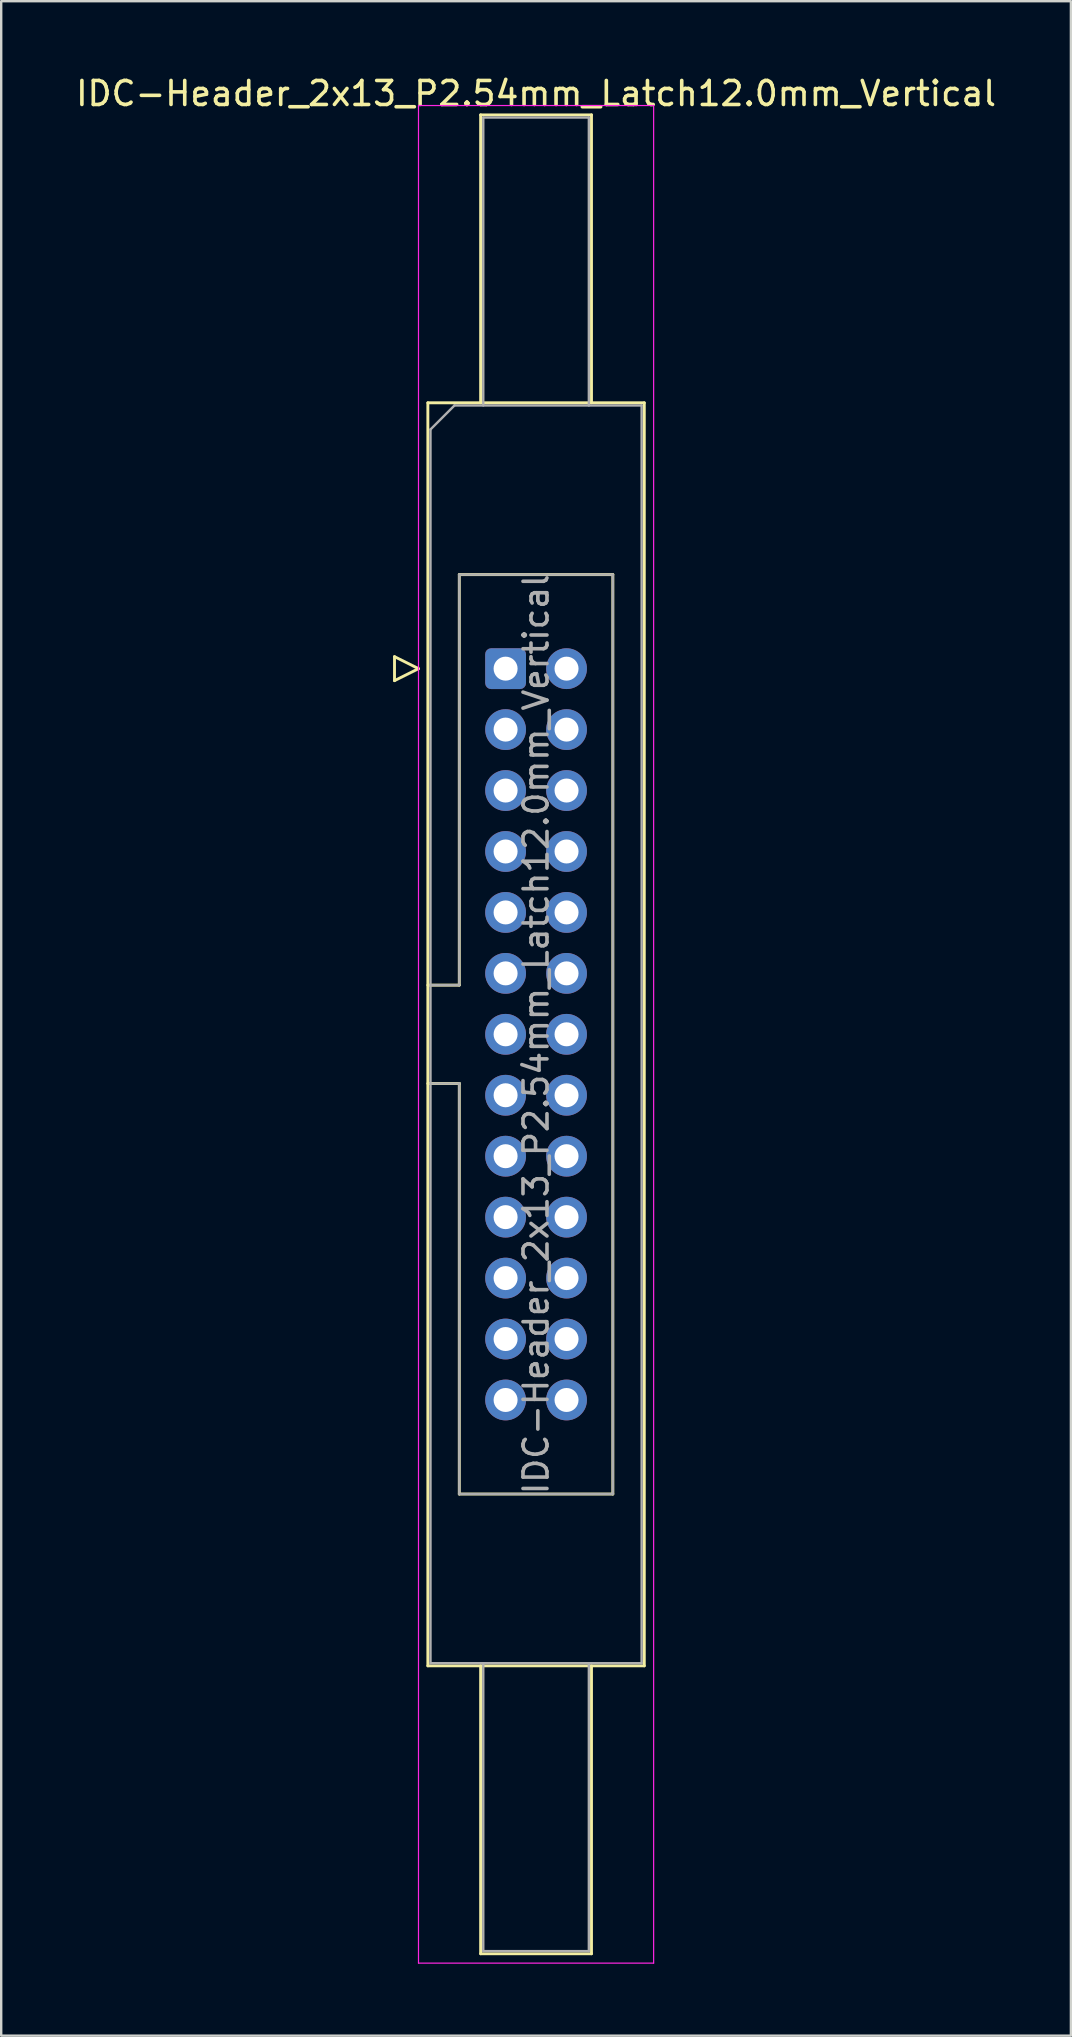
<source format=kicad_pcb>
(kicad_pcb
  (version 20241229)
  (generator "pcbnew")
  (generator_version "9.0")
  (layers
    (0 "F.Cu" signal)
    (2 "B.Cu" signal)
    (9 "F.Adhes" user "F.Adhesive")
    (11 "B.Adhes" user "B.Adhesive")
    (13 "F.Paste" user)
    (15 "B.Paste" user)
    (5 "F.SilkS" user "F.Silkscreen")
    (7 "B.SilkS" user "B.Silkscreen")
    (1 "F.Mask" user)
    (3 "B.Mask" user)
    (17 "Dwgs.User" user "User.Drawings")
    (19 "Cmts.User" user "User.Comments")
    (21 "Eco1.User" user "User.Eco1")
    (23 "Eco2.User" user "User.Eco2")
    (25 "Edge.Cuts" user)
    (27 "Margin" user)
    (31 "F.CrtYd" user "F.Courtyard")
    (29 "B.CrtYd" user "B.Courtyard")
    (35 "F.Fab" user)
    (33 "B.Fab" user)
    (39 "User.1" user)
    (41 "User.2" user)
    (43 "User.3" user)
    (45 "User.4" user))
  (footprint "IDC-Header_2x13_P2.54mm_Latch12.0mm_Vertical"
    (layer "F.Cu")
    (at 18.022 24.818)
    (property "Reference" "IDC-Header_2x13_P2.54mm_Latch12.0mm_Vertical" (at 1.27 -23.97 0) (layer "F.SilkS") (effects (font (size 1 1) (thickness 0.15))))
    (attr through_hole)
    (fp_line (start -4.63 -0.5) (end -4.63 0.5) (stroke (width 0.12) (type solid)) (layer "F.SilkS"))
    (fp_line (start -4.63 0.5) (end -3.63 0) (stroke (width 0.12) (type solid)) (layer "F.SilkS"))
    (fp_line (start -3.63 0) (end -4.63 -0.5) (stroke (width 0.12) (type solid)) (layer "F.SilkS"))
    (fp_line (start -3.24 -11.08) (end 5.78 -11.08) (stroke (width 0.12) (type solid)) (layer "F.SilkS"))
    (fp_line (start -3.24 13.19) (end -1.93 13.19) (stroke (width 0.12) (type solid)) (layer "F.SilkS"))
    (fp_line (start -3.24 41.56) (end -3.24 -11.08) (stroke (width 0.12) (type solid)) (layer "F.SilkS"))
    (fp_line (start -1.93 -3.92) (end 4.47 -3.92) (stroke (width 0.12) (type solid)) (layer "F.SilkS"))
    (fp_line (start -1.93 13.19) (end -1.93 -3.92) (stroke (width 0.12) (type solid)) (layer "F.SilkS"))
    (fp_line (start -1.93 17.29) (end -3.24 17.29) (stroke (width 0.12) (type solid)) (layer "F.SilkS"))
    (fp_line (start -1.93 17.29) (end -1.93 17.29) (stroke (width 0.12) (type solid)) (layer "F.SilkS"))
    (fp_line (start -1.93 34.4) (end -1.93 17.29) (stroke (width 0.12) (type solid)) (layer "F.SilkS"))
    (fp_line (start -1.04 -23.08) (end 3.58 -23.08) (stroke (width 0.12) (type solid)) (layer "F.SilkS"))
    (fp_line (start -1.04 -11.08) (end -1.04 -23.08) (stroke (width 0.12) (type solid)) (layer "F.SilkS"))
    (fp_line (start -1.04 41.56) (end -1.04 53.56) (stroke (width 0.12) (type solid)) (layer "F.SilkS"))
    (fp_line (start -1.04 53.56) (end 3.58 53.56) (stroke (width 0.12) (type solid)) (layer "F.SilkS"))
    (fp_line (start 3.58 -23.08) (end 3.58 -11.08) (stroke (width 0.12) (type solid)) (layer "F.SilkS"))
    (fp_line (start 3.58 53.56) (end 3.58 41.56) (stroke (width 0.12) (type solid)) (layer "F.SilkS"))
    (fp_line (start 4.47 -3.92) (end 4.47 34.4) (stroke (width 0.12) (type solid)) (layer "F.SilkS"))
    (fp_line (start 4.47 34.4) (end -1.93 34.4) (stroke (width 0.12) (type solid)) (layer "F.SilkS"))
    (fp_line (start 5.78 -11.08) (end 5.78 41.56) (stroke (width 0.12) (type solid)) (layer "F.SilkS"))
    (fp_line (start 5.78 41.56) (end -3.24 41.56) (stroke (width 0.12) (type solid)) (layer "F.SilkS"))
    (fp_line (start -3.63 -23.47) (end -3.63 53.95) (stroke (width 0.05) (type solid)) (layer "F.CrtYd"))
    (fp_line (start -3.63 53.95) (end 6.17 53.95) (stroke (width 0.05) (type solid)) (layer "F.CrtYd"))
    (fp_line (start 6.17 -23.47) (end -3.63 -23.47) (stroke (width 0.05) (type solid)) (layer "F.CrtYd"))
    (fp_line (start 6.17 53.95) (end 6.17 -23.47) (stroke (width 0.05) (type solid)) (layer "F.CrtYd"))
    (fp_line (start -3.13 -9.97) (end -2.13 -10.97) (stroke (width 0.1) (type solid)) (layer "F.Fab"))
    (fp_line (start -3.13 13.19) (end -1.93 13.19) (stroke (width 0.1) (type solid)) (layer "F.Fab"))
    (fp_line (start -3.13 41.45) (end -3.13 -9.97) (stroke (width 0.1) (type solid)) (layer "F.Fab"))
    (fp_line (start -2.13 -10.97) (end 5.67 -10.97) (stroke (width 0.1) (type solid)) (layer "F.Fab"))
    (fp_line (start -1.93 -3.92) (end 4.47 -3.92) (stroke (width 0.1) (type solid)) (layer "F.Fab"))
    (fp_line (start -1.93 13.19) (end -1.93 -3.92) (stroke (width 0.1) (type solid)) (layer "F.Fab"))
    (fp_line (start -1.93 17.29) (end -3.13 17.29) (stroke (width 0.1) (type solid)) (layer "F.Fab"))
    (fp_line (start -1.93 17.29) (end -1.93 17.29) (stroke (width 0.1) (type solid)) (layer "F.Fab"))
    (fp_line (start -1.93 34.4) (end -1.93 17.29) (stroke (width 0.1) (type solid)) (layer "F.Fab"))
    (fp_line (start -0.93 -22.97) (end 3.47 -22.97) (stroke (width 0.1) (type solid)) (layer "F.Fab"))
    (fp_line (start -0.93 -10.97) (end -0.93 -22.97) (stroke (width 0.1) (type solid)) (layer "F.Fab"))
    (fp_line (start -0.93 41.45) (end -0.93 53.45) (stroke (width 0.1) (type solid)) (layer "F.Fab"))
    (fp_line (start -0.93 53.45) (end 3.47 53.45) (stroke (width 0.1) (type solid)) (layer "F.Fab"))
    (fp_line (start 3.47 -22.97) (end 3.47 -10.97) (stroke (width 0.1) (type solid)) (layer "F.Fab"))
    (fp_line (start 3.47 53.45) (end 3.47 41.45) (stroke (width 0.1) (type solid)) (layer "F.Fab"))
    (fp_line (start 4.47 -3.92) (end 4.47 34.4) (stroke (width 0.1) (type solid)) (layer "F.Fab"))
    (fp_line (start 4.47 34.4) (end -1.93 34.4) (stroke (width 0.1) (type solid)) (layer "F.Fab"))
    (fp_line (start 5.67 -10.97) (end 5.67 41.45) (stroke (width 0.1) (type solid)) (layer "F.Fab"))
    (fp_line (start 5.67 41.45) (end -3.13 41.45) (stroke (width 0.1) (type solid)) (layer "F.Fab"))
    (fp_text user "${REFERENCE}" (at 1.27 15.24 90) (layer "F.Fab") (effects (font (size 1 1) (thickness 0.15))))
    (pad "1" thru_hole roundrect (at 0 0) (size 1.7 1.7) (drill 1) (layers "*.Cu" "*.Mask") (roundrect_rratio 0.147))
    (pad "2" thru_hole circle (at 2.54 0) (size 1.7 1.7) (drill 1) (layers "*.Cu" "*.Mask"))
    (pad "3" thru_hole circle (at 0 2.54) (size 1.7 1.7) (drill 1) (layers "*.Cu" "*.Mask"))
    (pad "4" thru_hole circle (at 2.54 2.54) (size 1.7 1.7) (drill 1) (layers "*.Cu" "*.Mask"))
    (pad "5" thru_hole circle (at 0 5.08) (size 1.7 1.7) (drill 1) (layers "*.Cu" "*.Mask"))
    (pad "6" thru_hole circle (at 2.54 5.08) (size 1.7 1.7) (drill 1) (layers "*.Cu" "*.Mask"))
    (pad "7" thru_hole circle (at 0 7.62) (size 1.7 1.7) (drill 1) (layers "*.Cu" "*.Mask"))
    (pad "8" thru_hole circle (at 2.54 7.62) (size 1.7 1.7) (drill 1) (layers "*.Cu" "*.Mask"))
    (pad "9" thru_hole circle (at 0 10.16) (size 1.7 1.7) (drill 1) (layers "*.Cu" "*.Mask"))
    (pad "10" thru_hole circle (at 2.54 10.16) (size 1.7 1.7) (drill 1) (layers "*.Cu" "*.Mask"))
    (pad "11" thru_hole circle (at 0 12.7) (size 1.7 1.7) (drill 1) (layers "*.Cu" "*.Mask"))
    (pad "12" thru_hole circle (at 2.54 12.7) (size 1.7 1.7) (drill 1) (layers "*.Cu" "*.Mask"))
    (pad "13" thru_hole circle (at 0 15.24) (size 1.7 1.7) (drill 1) (layers "*.Cu" "*.Mask"))
    (pad "14" thru_hole circle (at 2.54 15.24) (size 1.7 1.7) (drill 1) (layers "*.Cu" "*.Mask"))
    (pad "15" thru_hole circle (at 0 17.78) (size 1.7 1.7) (drill 1) (layers "*.Cu" "*.Mask"))
    (pad "16" thru_hole circle (at 2.54 17.78) (size 1.7 1.7) (drill 1) (layers "*.Cu" "*.Mask"))
    (pad "17" thru_hole circle (at 0 20.32) (size 1.7 1.7) (drill 1) (layers "*.Cu" "*.Mask"))
    (pad "18" thru_hole circle (at 2.54 20.32) (size 1.7 1.7) (drill 1) (layers "*.Cu" "*.Mask"))
    (pad "19" thru_hole circle (at 0 22.86) (size 1.7 1.7) (drill 1) (layers "*.Cu" "*.Mask"))
    (pad "20" thru_hole circle (at 2.54 22.86) (size 1.7 1.7) (drill 1) (layers "*.Cu" "*.Mask"))
    (pad "21" thru_hole circle (at 0 25.4) (size 1.7 1.7) (drill 1) (layers "*.Cu" "*.Mask"))
    (pad "22" thru_hole circle (at 2.54 25.4) (size 1.7 1.7) (drill 1) (layers "*.Cu" "*.Mask"))
    (pad "23" thru_hole circle (at 0 27.94) (size 1.7 1.7) (drill 1) (layers "*.Cu" "*.Mask"))
    (pad "24" thru_hole circle (at 2.54 27.94) (size 1.7 1.7) (drill 1) (layers "*.Cu" "*.Mask"))
    (pad "25" thru_hole circle (at 0 30.48) (size 1.7 1.7) (drill 1) (layers "*.Cu" "*.Mask"))
    (pad "26" thru_hole circle (at 2.54 30.48) (size 1.7 1.7) (drill 1) (layers "*.Cu" "*.Mask")))
  (gr_rect
    (start -3 -3)
    (end 41.583 81.793)
    (stroke (width 0.1) (type default))
    (fill no)
    (layer "Edge.Cuts")))
</source>
